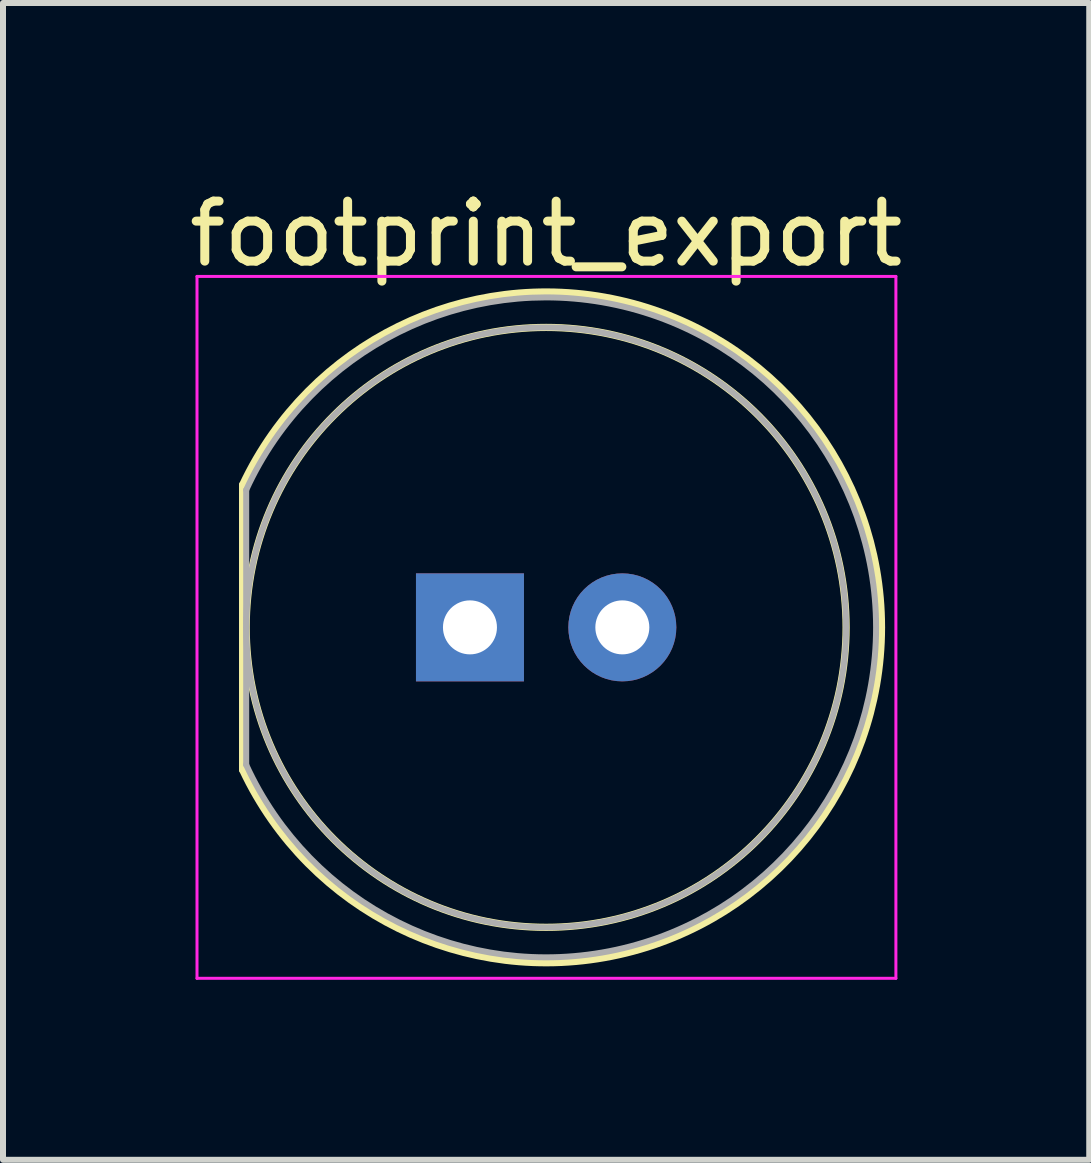
<source format=kicad_pcb>
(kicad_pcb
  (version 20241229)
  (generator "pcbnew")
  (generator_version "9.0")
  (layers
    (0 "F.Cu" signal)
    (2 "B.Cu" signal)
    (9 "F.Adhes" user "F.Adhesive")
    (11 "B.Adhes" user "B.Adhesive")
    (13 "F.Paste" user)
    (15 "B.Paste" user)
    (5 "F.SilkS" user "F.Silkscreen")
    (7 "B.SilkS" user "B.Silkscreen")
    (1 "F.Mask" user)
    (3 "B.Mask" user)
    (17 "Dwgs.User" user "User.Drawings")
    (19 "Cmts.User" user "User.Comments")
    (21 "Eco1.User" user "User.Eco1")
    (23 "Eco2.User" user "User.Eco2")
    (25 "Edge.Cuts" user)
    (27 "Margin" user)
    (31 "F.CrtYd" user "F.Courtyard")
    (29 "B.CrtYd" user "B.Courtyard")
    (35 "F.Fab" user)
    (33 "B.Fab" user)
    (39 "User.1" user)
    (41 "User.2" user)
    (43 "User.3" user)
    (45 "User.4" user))
  (footprint "footprint_export"
    (layer "F.Cu")
    (at 4.784 7.408)
    (property "Reference" "footprint_export" (at 1.27 -6.56 0) (layer "F.SilkS") (effects (font (size 1 1) (thickness 0.15))))
    (attr through_hole)
    (fp_line (start -3.79 -2.376) (end -3.79 2.376) (stroke (width 0.12) (type solid)) (layer "F.SilkS"))
    (fp_arc (start -3.79 -2.375816) (mid 2.484794 -5.456407) (end 6.859998 -0.004741) (stroke (width 0.12) (type solid)) (layer "F.SilkS"))
    (fp_arc (start 6.859998 0.004741) (mid 2.484794 5.456407) (end -3.79 2.375816) (stroke (width 0.12) (type solid)) (layer "F.SilkS"))
    (fp_circle (center 1.27 0) (end 6.27 0) (stroke (width 0.12) (type solid)) (fill no) (layer "F.SilkS"))
    (fp_line (start -4.55 -5.85) (end -4.55 5.85) (stroke (width 0.05) (type solid)) (layer "F.CrtYd"))
    (fp_line (start -4.55 5.85) (end 7.1 5.85) (stroke (width 0.05) (type solid)) (layer "F.CrtYd"))
    (fp_line (start 7.1 -5.85) (end -4.55 -5.85) (stroke (width 0.05) (type solid)) (layer "F.CrtYd"))
    (fp_line (start 7.1 5.85) (end 7.1 -5.85) (stroke (width 0.05) (type solid)) (layer "F.CrtYd"))
    (fp_line (start -3.73 -2.291) (end -3.73 2.291) (stroke (width 0.1) (type solid)) (layer "F.Fab"))
    (fp_arc (start -3.73 -2.291288) (mid 6.77 0.001918) (end -3.731597 2.2878) (stroke (width 0.1) (type solid)) (layer "F.Fab"))
    (fp_circle (center 1.27 0) (end 6.27 0) (stroke (width 0.1) (type solid)) (fill no) (layer "F.Fab"))
    (pad "1" thru_hole rect (at 0 0) (size 1.8 1.8) (drill 0.9) (layers "*.Cu" "*.Mask"))
    (pad "2" thru_hole circle (at 2.54 0) (size 1.8 1.8) (drill 0.9) (layers "*.Cu" "*.Mask")))
  (gr_rect
    (start -3 -3)
    (end 15.107 16.283)
    (stroke (width 0.1) (type default))
    (fill no)
    (layer "Edge.Cuts")))
</source>
